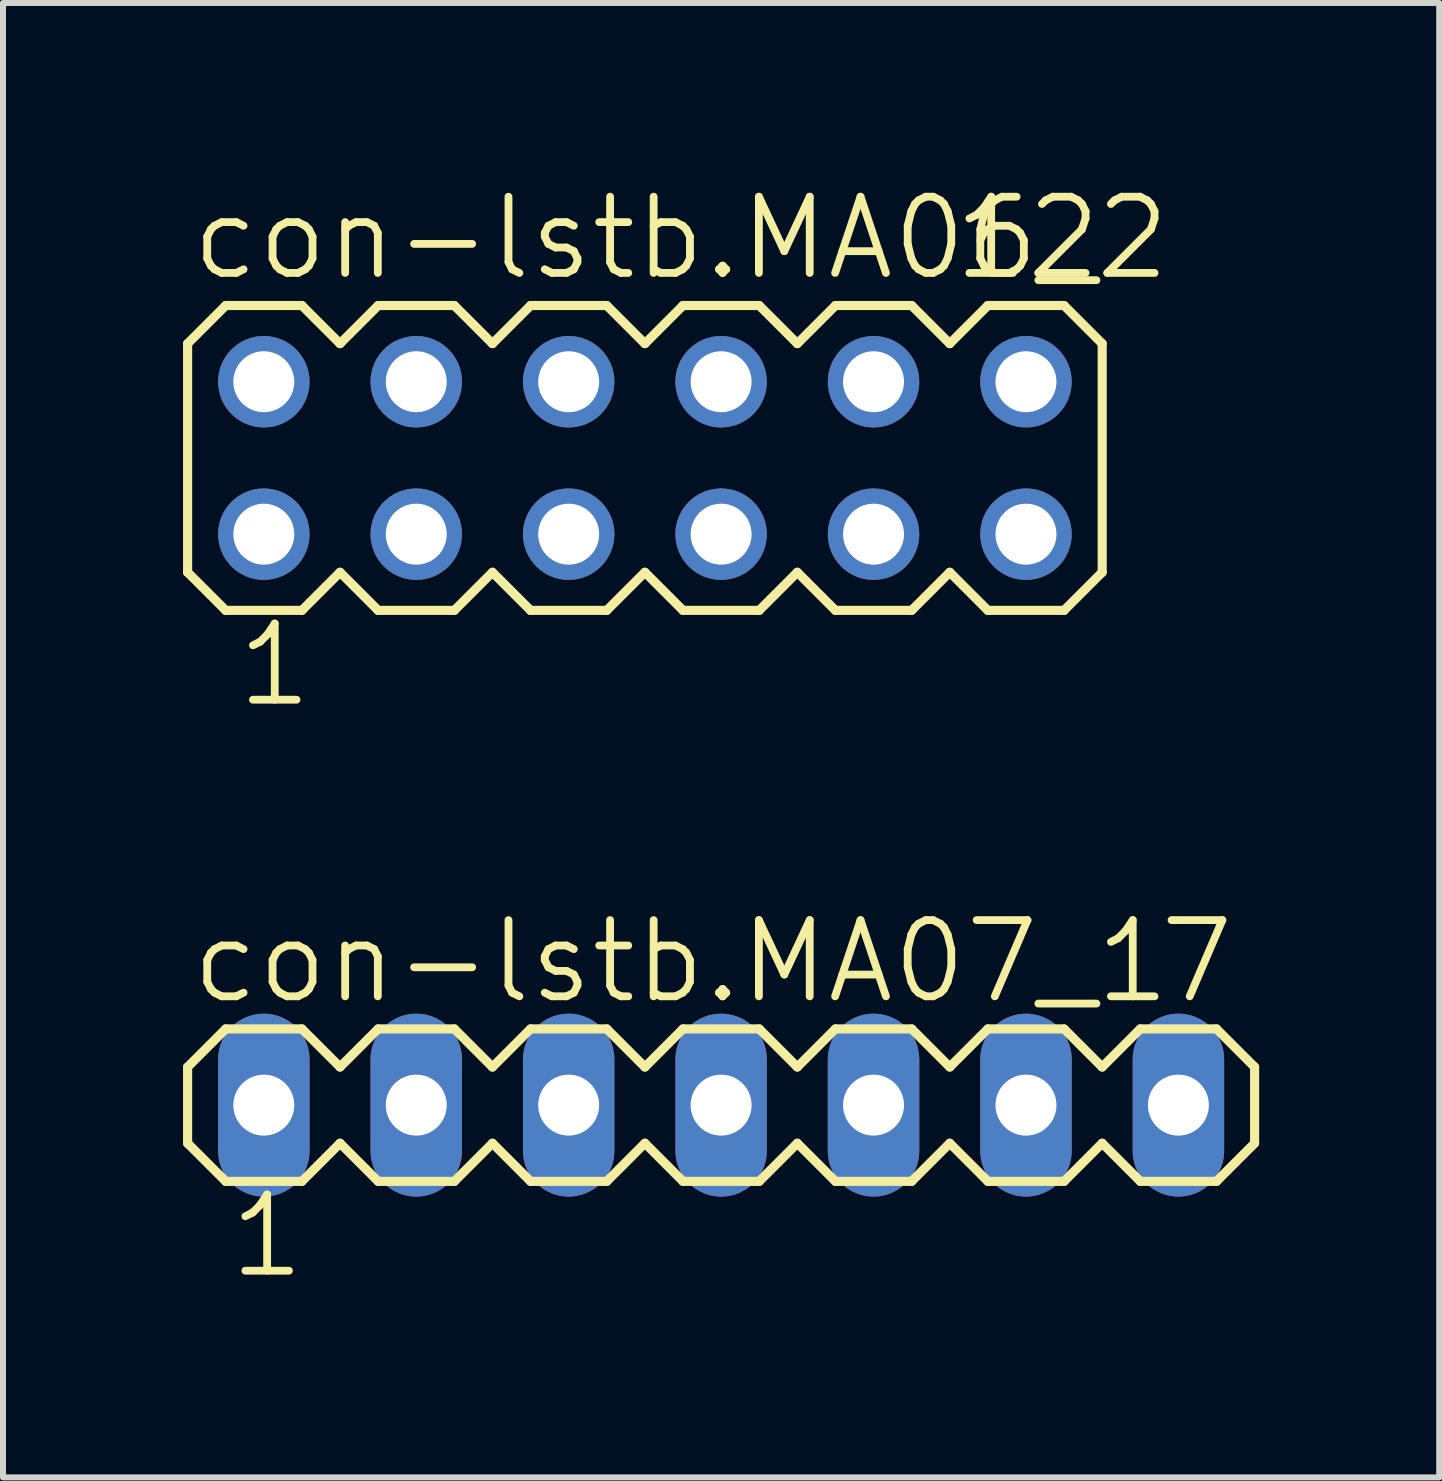
<source format=kicad_pcb>
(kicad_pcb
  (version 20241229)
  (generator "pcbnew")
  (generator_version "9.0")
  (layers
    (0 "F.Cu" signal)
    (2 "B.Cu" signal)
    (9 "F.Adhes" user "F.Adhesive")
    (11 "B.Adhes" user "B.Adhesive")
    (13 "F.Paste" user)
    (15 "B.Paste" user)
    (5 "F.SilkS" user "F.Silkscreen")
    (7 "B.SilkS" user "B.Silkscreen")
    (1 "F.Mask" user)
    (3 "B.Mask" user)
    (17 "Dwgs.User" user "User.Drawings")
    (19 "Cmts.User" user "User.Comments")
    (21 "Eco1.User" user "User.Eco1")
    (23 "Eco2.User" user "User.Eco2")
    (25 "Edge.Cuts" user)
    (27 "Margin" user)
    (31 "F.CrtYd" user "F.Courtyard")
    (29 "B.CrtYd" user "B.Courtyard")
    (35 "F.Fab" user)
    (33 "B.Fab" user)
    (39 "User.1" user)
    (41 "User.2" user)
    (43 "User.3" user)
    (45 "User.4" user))
  (footprint "con-lstb.MA07_1"
    (layer "F.Cu")
    (at 8.966 15.365)
    (property "Reference" "con-lstb.MA07_1" (at -8.89 -1.651 0) (layer "F.SilkS") (effects (font (size 1.27 1.27) (thickness 0.13)) (justify left bottom)))
    (attr through_hole)
    (fp_line (start -8.89 -0.635) (end -8.89 0.635) (stroke (width 0.152) (type default)) (layer "F.SilkS"))
    (fp_line (start -8.89 0.635) (end -8.255 1.27) (stroke (width 0.152) (type default)) (layer "F.SilkS"))
    (fp_line (start -8.255 -1.27) (end -8.89 -0.635) (stroke (width 0.152) (type default)) (layer "F.SilkS"))
    (fp_line (start -8.255 -1.27) (end -6.985 -1.27) (stroke (width 0.152) (type default)) (layer "F.SilkS"))
    (fp_line (start -6.985 -1.27) (end -6.35 -0.635) (stroke (width 0.152) (type default)) (layer "F.SilkS"))
    (fp_line (start -6.985 1.27) (end -8.255 1.27) (stroke (width 0.152) (type default)) (layer "F.SilkS"))
    (fp_line (start -6.35 -0.635) (end -5.715 -1.27) (stroke (width 0.152) (type default)) (layer "F.SilkS"))
    (fp_line (start -6.35 0.635) (end -6.985 1.27) (stroke (width 0.152) (type default)) (layer "F.SilkS"))
    (fp_line (start -5.715 -1.27) (end -4.445 -1.27) (stroke (width 0.152) (type default)) (layer "F.SilkS"))
    (fp_line (start -5.715 1.27) (end -6.35 0.635) (stroke (width 0.152) (type default)) (layer "F.SilkS"))
    (fp_line (start -4.445 -1.27) (end -3.81 -0.635) (stroke (width 0.152) (type default)) (layer "F.SilkS"))
    (fp_line (start -4.445 1.27) (end -5.715 1.27) (stroke (width 0.152) (type default)) (layer "F.SilkS"))
    (fp_line (start -3.81 -0.635) (end -3.175 -1.27) (stroke (width 0.152) (type default)) (layer "F.SilkS"))
    (fp_line (start -3.81 0.635) (end -4.445 1.27) (stroke (width 0.152) (type default)) (layer "F.SilkS"))
    (fp_line (start -3.175 -1.27) (end -1.905 -1.27) (stroke (width 0.152) (type default)) (layer "F.SilkS"))
    (fp_line (start -3.175 1.27) (end -3.81 0.635) (stroke (width 0.152) (type default)) (layer "F.SilkS"))
    (fp_line (start -1.905 -1.27) (end -1.27 -0.635) (stroke (width 0.152) (type default)) (layer "F.SilkS"))
    (fp_line (start -1.905 1.27) (end -3.175 1.27) (stroke (width 0.152) (type default)) (layer "F.SilkS"))
    (fp_line (start -1.27 0.635) (end -1.905 1.27) (stroke (width 0.152) (type default)) (layer "F.SilkS"))
    (fp_line (start -1.27 0.635) (end -0.635 1.27) (stroke (width 0.152) (type default)) (layer "F.SilkS"))
    (fp_line (start -0.635 -1.27) (end -1.27 -0.635) (stroke (width 0.152) (type default)) (layer "F.SilkS"))
    (fp_line (start -0.635 -1.27) (end 0.635 -1.27) (stroke (width 0.152) (type default)) (layer "F.SilkS"))
    (fp_line (start 0.635 -1.27) (end 1.27 -0.635) (stroke (width 0.152) (type default)) (layer "F.SilkS"))
    (fp_line (start 0.635 1.27) (end -0.635 1.27) (stroke (width 0.152) (type default)) (layer "F.SilkS"))
    (fp_line (start 1.27 -0.635) (end 1.905 -1.27) (stroke (width 0.152) (type default)) (layer "F.SilkS"))
    (fp_line (start 1.27 0.635) (end 0.635 1.27) (stroke (width 0.152) (type default)) (layer "F.SilkS"))
    (fp_line (start 1.905 -1.27) (end 3.175 -1.27) (stroke (width 0.152) (type default)) (layer "F.SilkS"))
    (fp_line (start 1.905 1.27) (end 1.27 0.635) (stroke (width 0.152) (type default)) (layer "F.SilkS"))
    (fp_line (start 3.175 -1.27) (end 3.81 -0.635) (stroke (width 0.152) (type default)) (layer "F.SilkS"))
    (fp_line (start 3.175 1.27) (end 1.905 1.27) (stroke (width 0.152) (type default)) (layer "F.SilkS"))
    (fp_line (start 3.81 -0.635) (end 4.445 -1.27) (stroke (width 0.152) (type default)) (layer "F.SilkS"))
    (fp_line (start 3.81 0.635) (end 3.175 1.27) (stroke (width 0.152) (type default)) (layer "F.SilkS"))
    (fp_line (start 4.445 -1.27) (end 5.715 -1.27) (stroke (width 0.152) (type default)) (layer "F.SilkS"))
    (fp_line (start 4.445 1.27) (end 3.81 0.635) (stroke (width 0.152) (type default)) (layer "F.SilkS"))
    (fp_line (start 5.715 -1.27) (end 6.35 -0.635) (stroke (width 0.152) (type default)) (layer "F.SilkS"))
    (fp_line (start 5.715 1.27) (end 4.445 1.27) (stroke (width 0.152) (type default)) (layer "F.SilkS"))
    (fp_line (start 6.35 0.635) (end 5.715 1.27) (stroke (width 0.152) (type default)) (layer "F.SilkS"))
    (fp_line (start 6.35 0.635) (end 6.985 1.27) (stroke (width 0.152) (type default)) (layer "F.SilkS"))
    (fp_line (start 6.985 -1.27) (end 6.35 -0.635) (stroke (width 0.152) (type default)) (layer "F.SilkS"))
    (fp_line (start 6.985 -1.27) (end 8.255 -1.27) (stroke (width 0.152) (type default)) (layer "F.SilkS"))
    (fp_line (start 8.255 -1.27) (end 8.89 -0.635) (stroke (width 0.152) (type default)) (layer "F.SilkS"))
    (fp_line (start 8.255 1.27) (end 6.985 1.27) (stroke (width 0.152) (type default)) (layer "F.SilkS"))
    (fp_line (start 8.89 -0.635) (end 8.89 0.635) (stroke (width 0.152) (type default)) (layer "F.SilkS"))
    (fp_line (start 8.89 0.635) (end 8.255 1.27) (stroke (width 0.152) (type default)) (layer "F.SilkS"))
    (fp_rect (start -7.874 0.254) (end -7.366 -0.254) (stroke (width 0.05) (type default)) (fill no) (layer "F.Fab"))
    (fp_rect (start -5.334 0.254) (end -4.826 -0.254) (stroke (width 0.05) (type default)) (fill no) (layer "F.Fab"))
    (fp_rect (start -2.794 0.254) (end -2.286 -0.254) (stroke (width 0.05) (type default)) (fill no) (layer "F.Fab"))
    (fp_rect (start -0.254 0.254) (end 0.254 -0.254) (stroke (width 0.05) (type default)) (fill no) (layer "F.Fab"))
    (fp_rect (start 2.286 0.254) (end 2.794 -0.254) (stroke (width 0.05) (type default)) (fill no) (layer "F.Fab"))
    (fp_rect (start 4.826 0.254) (end 5.334 -0.254) (stroke (width 0.05) (type default)) (fill no) (layer "F.Fab"))
    (fp_rect (start 7.366 0.254) (end 7.874 -0.254) (stroke (width 0.05) (type default)) (fill no) (layer "F.Fab"))
    (fp_text user "7" (at 7.239 -1.651 0) (layer "F.SilkS") (effects (font (size 1.27 1.27) (thickness 0.13)) (justify left bottom)))
    (fp_text user "1" (at -8.255 2.921 0) (layer "F.SilkS") (effects (font (size 1.27 1.27) (thickness 0.13)) (justify left bottom)))
    (pad "1" thru_hole oval (at -7.62 0 90) (size 3.048 1.524) (drill 1.016) (layers "*.Cu" "*.Mask"))
    (pad "2" thru_hole oval (at -5.08 0 90) (size 3.048 1.524) (drill 1.016) (layers "*.Cu" "*.Mask"))
    (pad "3" thru_hole oval (at -2.54 0 90) (size 3.048 1.524) (drill 1.016) (layers "*.Cu" "*.Mask"))
    (pad "4" thru_hole oval (at 0 0 90) (size 3.048 1.524) (drill 1.016) (layers "*.Cu" "*.Mask"))
    (pad "5" thru_hole oval (at 2.54 0 90) (size 3.048 1.524) (drill 1.016) (layers "*.Cu" "*.Mask"))
    (pad "6" thru_hole oval (at 5.08 0 90) (size 3.048 1.524) (drill 1.016) (layers "*.Cu" "*.Mask"))
    (pad "7" thru_hole oval (at 7.62 0 90) (size 3.048 1.524) (drill 1.016) (layers "*.Cu" "*.Mask")))
  (footprint "con-lstb.MA06_2"
    (layer "F.Cu")
    (at 7.696 4.581)
    (property "Reference" "con-lstb.MA06_2" (at -7.62 -2.921 0) (layer "F.SilkS") (effects (font (size 1.27 1.27) (thickness 0.13)) (justify left bottom)))
    (attr through_hole)
    (fp_line (start -7.62 -1.905) (end -7.62 1.905) (stroke (width 0.152) (type default)) (layer "F.SilkS"))
    (fp_line (start -7.62 1.905) (end -6.985 2.54) (stroke (width 0.152) (type default)) (layer "F.SilkS"))
    (fp_line (start -6.985 -2.54) (end -7.62 -1.905) (stroke (width 0.152) (type default)) (layer "F.SilkS"))
    (fp_line (start -6.985 -2.54) (end -5.715 -2.54) (stroke (width 0.152) (type default)) (layer "F.SilkS"))
    (fp_line (start -5.715 -2.54) (end -5.08 -1.905) (stroke (width 0.152) (type default)) (layer "F.SilkS"))
    (fp_line (start -5.715 2.54) (end -6.985 2.54) (stroke (width 0.152) (type default)) (layer "F.SilkS"))
    (fp_line (start -5.08 -1.905) (end -4.445 -2.54) (stroke (width 0.152) (type default)) (layer "F.SilkS"))
    (fp_line (start -5.08 1.905) (end -5.715 2.54) (stroke (width 0.152) (type default)) (layer "F.SilkS"))
    (fp_line (start -4.445 -2.54) (end -3.175 -2.54) (stroke (width 0.152) (type default)) (layer "F.SilkS"))
    (fp_line (start -4.445 2.54) (end -5.08 1.905) (stroke (width 0.152) (type default)) (layer "F.SilkS"))
    (fp_line (start -3.175 -2.54) (end -2.54 -1.905) (stroke (width 0.152) (type default)) (layer "F.SilkS"))
    (fp_line (start -3.175 2.54) (end -4.445 2.54) (stroke (width 0.152) (type default)) (layer "F.SilkS"))
    (fp_line (start -2.54 -1.905) (end -1.905 -2.54) (stroke (width 0.152) (type default)) (layer "F.SilkS"))
    (fp_line (start -2.54 1.905) (end -3.175 2.54) (stroke (width 0.152) (type default)) (layer "F.SilkS"))
    (fp_line (start -1.905 -2.54) (end -0.635 -2.54) (stroke (width 0.152) (type default)) (layer "F.SilkS"))
    (fp_line (start -1.905 2.54) (end -2.54 1.905) (stroke (width 0.152) (type default)) (layer "F.SilkS"))
    (fp_line (start -0.635 -2.54) (end 0 -1.905) (stroke (width 0.152) (type default)) (layer "F.SilkS"))
    (fp_line (start -0.635 2.54) (end -1.905 2.54) (stroke (width 0.152) (type default)) (layer "F.SilkS"))
    (fp_line (start 0 1.905) (end -0.635 2.54) (stroke (width 0.152) (type default)) (layer "F.SilkS"))
    (fp_line (start 0 1.905) (end 0.635 2.54) (stroke (width 0.152) (type default)) (layer "F.SilkS"))
    (fp_line (start 0.635 -2.54) (end 0 -1.905) (stroke (width 0.152) (type default)) (layer "F.SilkS"))
    (fp_line (start 0.635 -2.54) (end 1.905 -2.54) (stroke (width 0.152) (type default)) (layer "F.SilkS"))
    (fp_line (start 1.905 -2.54) (end 2.54 -1.905) (stroke (width 0.152) (type default)) (layer "F.SilkS"))
    (fp_line (start 1.905 2.54) (end 0.635 2.54) (stroke (width 0.152) (type default)) (layer "F.SilkS"))
    (fp_line (start 2.54 -1.905) (end 3.175 -2.54) (stroke (width 0.152) (type default)) (layer "F.SilkS"))
    (fp_line (start 2.54 1.905) (end 1.905 2.54) (stroke (width 0.152) (type default)) (layer "F.SilkS"))
    (fp_line (start 3.175 -2.54) (end 4.445 -2.54) (stroke (width 0.152) (type default)) (layer "F.SilkS"))
    (fp_line (start 3.175 2.54) (end 2.54 1.905) (stroke (width 0.152) (type default)) (layer "F.SilkS"))
    (fp_line (start 4.445 -2.54) (end 5.08 -1.905) (stroke (width 0.152) (type default)) (layer "F.SilkS"))
    (fp_line (start 4.445 2.54) (end 3.175 2.54) (stroke (width 0.152) (type default)) (layer "F.SilkS"))
    (fp_line (start 5.08 -1.905) (end 5.715 -2.54) (stroke (width 0.152) (type default)) (layer "F.SilkS"))
    (fp_line (start 5.08 1.905) (end 4.445 2.54) (stroke (width 0.152) (type default)) (layer "F.SilkS"))
    (fp_line (start 5.715 -2.54) (end 6.985 -2.54) (stroke (width 0.152) (type default)) (layer "F.SilkS"))
    (fp_line (start 5.715 2.54) (end 5.08 1.905) (stroke (width 0.152) (type default)) (layer "F.SilkS"))
    (fp_line (start 6.985 -2.54) (end 7.62 -1.905) (stroke (width 0.152) (type default)) (layer "F.SilkS"))
    (fp_line (start 6.985 2.54) (end 5.715 2.54) (stroke (width 0.152) (type default)) (layer "F.SilkS"))
    (fp_line (start 7.62 -1.905) (end 7.62 1.905) (stroke (width 0.152) (type default)) (layer "F.SilkS"))
    (fp_line (start 7.62 1.905) (end 6.985 2.54) (stroke (width 0.152) (type default)) (layer "F.SilkS"))
    (fp_rect (start -6.604 -1.016) (end -6.096 -1.524) (stroke (width 0.05) (type default)) (fill no) (layer "F.Fab"))
    (fp_rect (start -6.604 1.524) (end -6.096 1.016) (stroke (width 0.05) (type default)) (fill no) (layer "F.Fab"))
    (fp_rect (start -4.064 -1.016) (end -3.556 -1.524) (stroke (width 0.05) (type default)) (fill no) (layer "F.Fab"))
    (fp_rect (start -4.064 1.524) (end -3.556 1.016) (stroke (width 0.05) (type default)) (fill no) (layer "F.Fab"))
    (fp_rect (start -1.524 -1.016) (end -1.016 -1.524) (stroke (width 0.05) (type default)) (fill no) (layer "F.Fab"))
    (fp_rect (start -1.524 1.524) (end -1.016 1.016) (stroke (width 0.05) (type default)) (fill no) (layer "F.Fab"))
    (fp_rect (start 1.016 -1.016) (end 1.524 -1.524) (stroke (width 0.05) (type default)) (fill no) (layer "F.Fab"))
    (fp_rect (start 1.016 1.524) (end 1.524 1.016) (stroke (width 0.05) (type default)) (fill no) (layer "F.Fab"))
    (fp_rect (start 3.556 -1.016) (end 4.064 -1.524) (stroke (width 0.05) (type default)) (fill no) (layer "F.Fab"))
    (fp_rect (start 3.556 1.524) (end 4.064 1.016) (stroke (width 0.05) (type default)) (fill no) (layer "F.Fab"))
    (fp_rect (start 6.096 -1.016) (end 6.604 -1.524) (stroke (width 0.05) (type default)) (fill no) (layer "F.Fab"))
    (fp_rect (start 6.096 1.524) (end 6.604 1.016) (stroke (width 0.05) (type default)) (fill no) (layer "F.Fab"))
    (fp_text user "1" (at -6.858 4.191 0) (layer "F.SilkS") (effects (font (size 1.27 1.27) (thickness 0.13)) (justify left bottom)))
    (fp_text user "12" (at 5.08 -2.921 0) (layer "F.SilkS") (effects (font (size 1.27 1.27) (thickness 0.13)) (justify left bottom)))
    (pad "1" thru_hole circle (at -6.35 1.27) (size 1.524 1.524) (drill 1.016) (layers "*.Cu" "*.Mask"))
    (pad "2" thru_hole circle (at -6.35 -1.27) (size 1.524 1.524) (drill 1.016) (layers "*.Cu" "*.Mask"))
    (pad "3" thru_hole circle (at -3.81 1.27) (size 1.524 1.524) (drill 1.016) (layers "*.Cu" "*.Mask"))
    (pad "4" thru_hole circle (at -3.81 -1.27) (size 1.524 1.524) (drill 1.016) (layers "*.Cu" "*.Mask"))
    (pad "5" thru_hole circle (at -1.27 1.27) (size 1.524 1.524) (drill 1.016) (layers "*.Cu" "*.Mask"))
    (pad "6" thru_hole circle (at -1.27 -1.27) (size 1.524 1.524) (drill 1.016) (layers "*.Cu" "*.Mask"))
    (pad "7" thru_hole circle (at 1.27 1.27) (size 1.524 1.524) (drill 1.016) (layers "*.Cu" "*.Mask"))
    (pad "8" thru_hole circle (at 1.27 -1.27) (size 1.524 1.524) (drill 1.016) (layers "*.Cu" "*.Mask"))
    (pad "9" thru_hole circle (at 3.81 1.27) (size 1.524 1.524) (drill 1.016) (layers "*.Cu" "*.Mask"))
    (pad "10" thru_hole circle (at 3.81 -1.27) (size 1.524 1.524) (drill 1.016) (layers "*.Cu" "*.Mask"))
    (pad "11" thru_hole circle (at 6.35 1.27) (size 1.524 1.524) (drill 1.016) (layers "*.Cu" "*.Mask"))
    (pad "12" thru_hole circle (at 6.35 -1.27) (size 1.524 1.524) (drill 1.016) (layers "*.Cu" "*.Mask")))
  (gr_rect
    (start -3 -3)
    (end 20.932 21.568)
    (stroke (width 0.1) (type default))
    (fill no)
    (layer "Edge.Cuts")))
</source>
